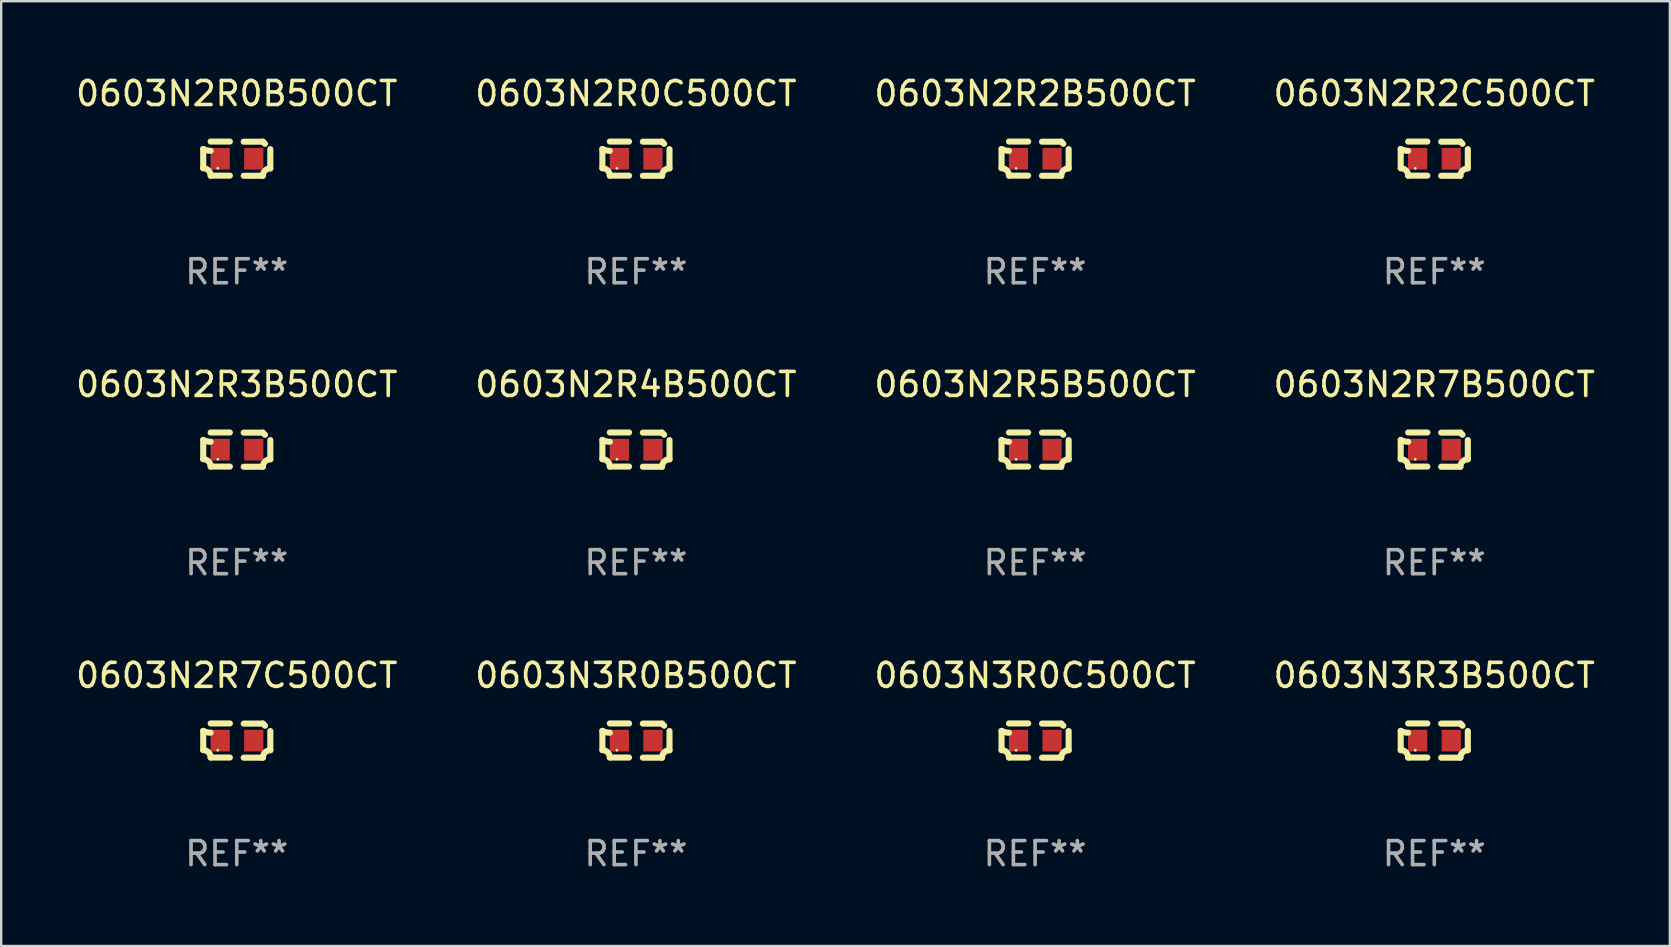
<source format=kicad_pcb>
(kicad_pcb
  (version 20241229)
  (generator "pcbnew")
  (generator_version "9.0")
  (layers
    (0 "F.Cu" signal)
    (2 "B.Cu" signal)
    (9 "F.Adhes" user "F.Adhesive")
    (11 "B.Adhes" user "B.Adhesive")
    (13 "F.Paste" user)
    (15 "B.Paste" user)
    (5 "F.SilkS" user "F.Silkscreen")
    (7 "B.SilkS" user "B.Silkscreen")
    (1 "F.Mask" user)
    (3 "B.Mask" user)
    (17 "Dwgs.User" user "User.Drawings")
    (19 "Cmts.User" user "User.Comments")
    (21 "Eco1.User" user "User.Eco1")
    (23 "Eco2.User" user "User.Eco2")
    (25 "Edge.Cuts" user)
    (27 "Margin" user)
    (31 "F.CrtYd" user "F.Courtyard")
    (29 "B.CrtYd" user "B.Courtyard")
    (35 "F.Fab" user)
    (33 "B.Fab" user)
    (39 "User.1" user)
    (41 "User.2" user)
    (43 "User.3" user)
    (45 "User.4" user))
  (footprint "0603N3R0C500CT"
    (layer "F.Cu")
    (at 40.077 27.805)
    (property "Reference" "0603N3R0C500CT" (at 0 -2.713 0) (layer "F.SilkS") (effects (font (size 1 1) (thickness 0.15))))
    (attr through_hole)
    (fp_line (start -1.398 -0.403) (end -1.398 0.397) (stroke (width 0.254) (type solid)) (layer "F.SilkS"))
    (fp_line (start -0.288 -0.713) (end -1.088 -0.713) (stroke (width 0.254) (type solid)) (layer "F.SilkS"))
    (fp_line (start -0.288 0.707) (end -1.088 0.707) (stroke (width 0.254) (type solid)) (layer "F.SilkS"))
    (fp_line (start 0.288 -0.707) (end 1.088 -0.707) (stroke (width 0.254) (type solid)) (layer "F.SilkS"))
    (fp_line (start 0.288 0.713) (end 1.088 0.713) (stroke (width 0.254) (type solid)) (layer "F.SilkS"))
    (fp_line (start 1.398 -0.397) (end 1.398 0.403) (stroke (width 0.254) (type solid)) (layer "F.SilkS"))
    (fp_arc (start -1.397789 0.397066) (mid -1.178701 0.487826) (end -1.08796 0.706922) (stroke (width 0.254001) (type solid)) (layer "F.SilkS"))
    (fp_arc (start -1.08796 -0.327176) (mid -1.247436 -0.346384) (end -1.39779 -0.402908) (stroke (width 0.254001) (type solid)) (layer "F.SilkS"))
    (fp_arc (start 1.087909 0.712738) (mid 1.178656 0.493655) (end 1.397739 0.402908) (stroke (width 0.254001) (type solid)) (layer "F.SilkS"))
    (fp_arc (start 1.175925 -0.618926) (mid 1.131917 -0.662923) (end 1.08791 -0.706922) (stroke (width 0.254001) (type solid)) (layer "F.SilkS"))
    (fp_circle (center -0.792 0.403) (end -0.762 0.403) (stroke (width 0.06) (type solid)) (fill no) (layer "F.SilkS"))
    (fp_text user "REF**" (at 0 4.713 0) (layer "F.Fab") (effects (font (size 1 1) (thickness 0.15))))
    (pad "1" smd rect (at -0.692 0.003) (size 0.8 0.9) (layers "F.Cu" "F.Mask" "F.Paste"))
    (pad "2" smd rect (at 0.708 0.003) (size 0.8 0.9) (layers "F.Cu" "F.Mask" "F.Paste")))
  (footprint "0603N2R4B500CT"
    (layer "F.Cu")
    (at 23.446 15.683)
    (property "Reference" "0603N2R4B500CT" (at 0 -2.713 0) (layer "F.SilkS") (effects (font (size 1 1) (thickness 0.15))))
    (attr through_hole)
    (fp_line (start -1.398 -0.403) (end -1.398 0.397) (stroke (width 0.254) (type solid)) (layer "F.SilkS"))
    (fp_line (start -0.288 -0.713) (end -1.088 -0.713) (stroke (width 0.254) (type solid)) (layer "F.SilkS"))
    (fp_line (start -0.288 0.707) (end -1.088 0.707) (stroke (width 0.254) (type solid)) (layer "F.SilkS"))
    (fp_line (start 0.288 -0.707) (end 1.088 -0.707) (stroke (width 0.254) (type solid)) (layer "F.SilkS"))
    (fp_line (start 0.288 0.713) (end 1.088 0.713) (stroke (width 0.254) (type solid)) (layer "F.SilkS"))
    (fp_line (start 1.398 -0.397) (end 1.398 0.403) (stroke (width 0.254) (type solid)) (layer "F.SilkS"))
    (fp_arc (start -1.397789 0.397066) (mid -1.178701 0.487826) (end -1.08796 0.706922) (stroke (width 0.254001) (type solid)) (layer "F.SilkS"))
    (fp_arc (start -1.08796 -0.327176) (mid -1.247436 -0.346384) (end -1.39779 -0.402908) (stroke (width 0.254001) (type solid)) (layer "F.SilkS"))
    (fp_arc (start 1.087909 0.712738) (mid 1.178656 0.493655) (end 1.397739 0.402908) (stroke (width 0.254001) (type solid)) (layer "F.SilkS"))
    (fp_arc (start 1.175925 -0.618926) (mid 1.131917 -0.662923) (end 1.08791 -0.706922) (stroke (width 0.254001) (type solid)) (layer "F.SilkS"))
    (fp_circle (center -0.792 0.403) (end -0.762 0.403) (stroke (width 0.06) (type solid)) (fill no) (layer "F.SilkS"))
    (fp_text user "REF**" (at 0 4.713 0) (layer "F.Fab") (effects (font (size 1 1) (thickness 0.15))))
    (pad "1" smd rect (at -0.692 0.003) (size 0.8 0.9) (layers "F.Cu" "F.Mask" "F.Paste"))
    (pad "2" smd rect (at 0.708 0.003) (size 0.8 0.9) (layers "F.Cu" "F.Mask" "F.Paste")))
  (footprint "0603N3R3B500CT"
    (layer "F.Cu")
    (at 56.708 27.805)
    (property "Reference" "0603N3R3B500CT" (at 0 -2.713 0) (layer "F.SilkS") (effects (font (size 1 1) (thickness 0.15))))
    (attr through_hole)
    (fp_line (start -1.398 -0.403) (end -1.398 0.397) (stroke (width 0.254) (type solid)) (layer "F.SilkS"))
    (fp_line (start -0.288 -0.713) (end -1.088 -0.713) (stroke (width 0.254) (type solid)) (layer "F.SilkS"))
    (fp_line (start -0.288 0.707) (end -1.088 0.707) (stroke (width 0.254) (type solid)) (layer "F.SilkS"))
    (fp_line (start 0.288 -0.707) (end 1.088 -0.707) (stroke (width 0.254) (type solid)) (layer "F.SilkS"))
    (fp_line (start 0.288 0.713) (end 1.088 0.713) (stroke (width 0.254) (type solid)) (layer "F.SilkS"))
    (fp_line (start 1.398 -0.397) (end 1.398 0.403) (stroke (width 0.254) (type solid)) (layer "F.SilkS"))
    (fp_arc (start -1.397789 0.397066) (mid -1.178701 0.487826) (end -1.08796 0.706922) (stroke (width 0.254001) (type solid)) (layer "F.SilkS"))
    (fp_arc (start -1.08796 -0.327176) (mid -1.247436 -0.346384) (end -1.39779 -0.402908) (stroke (width 0.254001) (type solid)) (layer "F.SilkS"))
    (fp_arc (start 1.087909 0.712738) (mid 1.178656 0.493655) (end 1.397739 0.402908) (stroke (width 0.254001) (type solid)) (layer "F.SilkS"))
    (fp_arc (start 1.175925 -0.618926) (mid 1.131917 -0.662923) (end 1.08791 -0.706922) (stroke (width 0.254001) (type solid)) (layer "F.SilkS"))
    (fp_circle (center -0.792 0.403) (end -0.762 0.403) (stroke (width 0.06) (type solid)) (fill no) (layer "F.SilkS"))
    (fp_text user "REF**" (at 0 4.713 0) (layer "F.Fab") (effects (font (size 1 1) (thickness 0.15))))
    (pad "1" smd rect (at -0.692 0.003) (size 0.8 0.9) (layers "F.Cu" "F.Mask" "F.Paste"))
    (pad "2" smd rect (at 0.708 0.003) (size 0.8 0.9) (layers "F.Cu" "F.Mask" "F.Paste")))
  (footprint "0603N2R7B500CT"
    (layer "F.Cu")
    (at 56.708 15.683)
    (property "Reference" "0603N2R7B500CT" (at 0 -2.713 0) (layer "F.SilkS") (effects (font (size 1 1) (thickness 0.15))))
    (attr through_hole)
    (fp_line (start -1.398 -0.403) (end -1.398 0.397) (stroke (width 0.254) (type solid)) (layer "F.SilkS"))
    (fp_line (start -0.288 -0.713) (end -1.088 -0.713) (stroke (width 0.254) (type solid)) (layer "F.SilkS"))
    (fp_line (start -0.288 0.707) (end -1.088 0.707) (stroke (width 0.254) (type solid)) (layer "F.SilkS"))
    (fp_line (start 0.288 -0.707) (end 1.088 -0.707) (stroke (width 0.254) (type solid)) (layer "F.SilkS"))
    (fp_line (start 0.288 0.713) (end 1.088 0.713) (stroke (width 0.254) (type solid)) (layer "F.SilkS"))
    (fp_line (start 1.398 -0.397) (end 1.398 0.403) (stroke (width 0.254) (type solid)) (layer "F.SilkS"))
    (fp_arc (start -1.397789 0.397066) (mid -1.178701 0.487826) (end -1.08796 0.706922) (stroke (width 0.254001) (type solid)) (layer "F.SilkS"))
    (fp_arc (start -1.08796 -0.327176) (mid -1.247436 -0.346384) (end -1.39779 -0.402908) (stroke (width 0.254001) (type solid)) (layer "F.SilkS"))
    (fp_arc (start 1.087909 0.712738) (mid 1.178656 0.493655) (end 1.397739 0.402908) (stroke (width 0.254001) (type solid)) (layer "F.SilkS"))
    (fp_arc (start 1.175925 -0.618926) (mid 1.131917 -0.662923) (end 1.08791 -0.706922) (stroke (width 0.254001) (type solid)) (layer "F.SilkS"))
    (fp_circle (center -0.792 0.403) (end -0.762 0.403) (stroke (width 0.06) (type solid)) (fill no) (layer "F.SilkS"))
    (fp_text user "REF**" (at 0 4.713 0) (layer "F.Fab") (effects (font (size 1 1) (thickness 0.15))))
    (pad "1" smd rect (at -0.692 0.003) (size 0.8 0.9) (layers "F.Cu" "F.Mask" "F.Paste"))
    (pad "2" smd rect (at 0.708 0.003) (size 0.8 0.9) (layers "F.Cu" "F.Mask" "F.Paste")))
  (footprint "0603N2R2B500CT"
    (layer "F.Cu")
    (at 40.077 3.561)
    (property "Reference" "0603N2R2B500CT" (at 0 -2.713 0) (layer "F.SilkS") (effects (font (size 1 1) (thickness 0.15))))
    (attr through_hole)
    (fp_line (start -1.398 -0.403) (end -1.398 0.397) (stroke (width 0.254) (type solid)) (layer "F.SilkS"))
    (fp_line (start -0.288 -0.713) (end -1.088 -0.713) (stroke (width 0.254) (type solid)) (layer "F.SilkS"))
    (fp_line (start -0.288 0.707) (end -1.088 0.707) (stroke (width 0.254) (type solid)) (layer "F.SilkS"))
    (fp_line (start 0.288 -0.707) (end 1.088 -0.707) (stroke (width 0.254) (type solid)) (layer "F.SilkS"))
    (fp_line (start 0.288 0.713) (end 1.088 0.713) (stroke (width 0.254) (type solid)) (layer "F.SilkS"))
    (fp_line (start 1.398 -0.397) (end 1.398 0.403) (stroke (width 0.254) (type solid)) (layer "F.SilkS"))
    (fp_arc (start -1.397789 0.397066) (mid -1.178701 0.487826) (end -1.08796 0.706922) (stroke (width 0.254001) (type solid)) (layer "F.SilkS"))
    (fp_arc (start -1.08796 -0.327176) (mid -1.247436 -0.346384) (end -1.39779 -0.402908) (stroke (width 0.254001) (type solid)) (layer "F.SilkS"))
    (fp_arc (start 1.087909 0.712738) (mid 1.178656 0.493655) (end 1.397739 0.402908) (stroke (width 0.254001) (type solid)) (layer "F.SilkS"))
    (fp_arc (start 1.175925 -0.618926) (mid 1.131917 -0.662923) (end 1.08791 -0.706922) (stroke (width 0.254001) (type solid)) (layer "F.SilkS"))
    (fp_circle (center -0.792 0.403) (end -0.762 0.403) (stroke (width 0.06) (type solid)) (fill no) (layer "F.SilkS"))
    (fp_text user "REF**" (at 0 4.713 0) (layer "F.Fab") (effects (font (size 1 1) (thickness 0.15))))
    (pad "1" smd rect (at -0.692 0.003) (size 0.8 0.9) (layers "F.Cu" "F.Mask" "F.Paste"))
    (pad "2" smd rect (at 0.708 0.003) (size 0.8 0.9) (layers "F.Cu" "F.Mask" "F.Paste")))
  (footprint "0603N2R7C500CT"
    (layer "F.Cu")
    (at 6.815 27.805)
    (property "Reference" "0603N2R7C500CT" (at 0 -2.713 0) (layer "F.SilkS") (effects (font (size 1 1) (thickness 0.15))))
    (attr through_hole)
    (fp_line (start -1.398 -0.403) (end -1.398 0.397) (stroke (width 0.254) (type solid)) (layer "F.SilkS"))
    (fp_line (start -0.288 -0.713) (end -1.088 -0.713) (stroke (width 0.254) (type solid)) (layer "F.SilkS"))
    (fp_line (start -0.288 0.707) (end -1.088 0.707) (stroke (width 0.254) (type solid)) (layer "F.SilkS"))
    (fp_line (start 0.288 -0.707) (end 1.088 -0.707) (stroke (width 0.254) (type solid)) (layer "F.SilkS"))
    (fp_line (start 0.288 0.713) (end 1.088 0.713) (stroke (width 0.254) (type solid)) (layer "F.SilkS"))
    (fp_line (start 1.398 -0.397) (end 1.398 0.403) (stroke (width 0.254) (type solid)) (layer "F.SilkS"))
    (fp_arc (start -1.397789 0.397066) (mid -1.178701 0.487826) (end -1.08796 0.706922) (stroke (width 0.254001) (type solid)) (layer "F.SilkS"))
    (fp_arc (start -1.08796 -0.327176) (mid -1.247436 -0.346384) (end -1.39779 -0.402908) (stroke (width 0.254001) (type solid)) (layer "F.SilkS"))
    (fp_arc (start 1.087909 0.712738) (mid 1.178656 0.493655) (end 1.397739 0.402908) (stroke (width 0.254001) (type solid)) (layer "F.SilkS"))
    (fp_arc (start 1.175925 -0.618926) (mid 1.131917 -0.662923) (end 1.08791 -0.706922) (stroke (width 0.254001) (type solid)) (layer "F.SilkS"))
    (fp_circle (center -0.792 0.403) (end -0.762 0.403) (stroke (width 0.06) (type solid)) (fill no) (layer "F.SilkS"))
    (fp_text user "REF**" (at 0 4.713 0) (layer "F.Fab") (effects (font (size 1 1) (thickness 0.15))))
    (pad "1" smd rect (at -0.692 0.003) (size 0.8 0.9) (layers "F.Cu" "F.Mask" "F.Paste"))
    (pad "2" smd rect (at 0.708 0.003) (size 0.8 0.9) (layers "F.Cu" "F.Mask" "F.Paste")))
  (footprint "0603N2R0C500CT"
    (layer "F.Cu")
    (at 23.446 3.561)
    (property "Reference" "0603N2R0C500CT" (at 0 -2.713 0) (layer "F.SilkS") (effects (font (size 1 1) (thickness 0.15))))
    (attr through_hole)
    (fp_line (start -1.398 -0.403) (end -1.398 0.397) (stroke (width 0.254) (type solid)) (layer "F.SilkS"))
    (fp_line (start -0.288 -0.713) (end -1.088 -0.713) (stroke (width 0.254) (type solid)) (layer "F.SilkS"))
    (fp_line (start -0.288 0.707) (end -1.088 0.707) (stroke (width 0.254) (type solid)) (layer "F.SilkS"))
    (fp_line (start 0.288 -0.707) (end 1.088 -0.707) (stroke (width 0.254) (type solid)) (layer "F.SilkS"))
    (fp_line (start 0.288 0.713) (end 1.088 0.713) (stroke (width 0.254) (type solid)) (layer "F.SilkS"))
    (fp_line (start 1.398 -0.397) (end 1.398 0.403) (stroke (width 0.254) (type solid)) (layer "F.SilkS"))
    (fp_arc (start -1.397789 0.397066) (mid -1.178701 0.487826) (end -1.08796 0.706922) (stroke (width 0.254001) (type solid)) (layer "F.SilkS"))
    (fp_arc (start -1.08796 -0.327176) (mid -1.247436 -0.346384) (end -1.39779 -0.402908) (stroke (width 0.254001) (type solid)) (layer "F.SilkS"))
    (fp_arc (start 1.087909 0.712738) (mid 1.178656 0.493655) (end 1.397739 0.402908) (stroke (width 0.254001) (type solid)) (layer "F.SilkS"))
    (fp_arc (start 1.175925 -0.618926) (mid 1.131917 -0.662923) (end 1.08791 -0.706922) (stroke (width 0.254001) (type solid)) (layer "F.SilkS"))
    (fp_circle (center -0.792 0.403) (end -0.762 0.403) (stroke (width 0.06) (type solid)) (fill no) (layer "F.SilkS"))
    (fp_text user "REF**" (at 0 4.713 0) (layer "F.Fab") (effects (font (size 1 1) (thickness 0.15))))
    (pad "1" smd rect (at -0.692 0.003) (size 0.8 0.9) (layers "F.Cu" "F.Mask" "F.Paste"))
    (pad "2" smd rect (at 0.708 0.003) (size 0.8 0.9) (layers "F.Cu" "F.Mask" "F.Paste")))
  (footprint "0603N2R0B500CT"
    (layer "F.Cu")
    (at 6.815 3.561)
    (property "Reference" "0603N2R0B500CT" (at 0 -2.713 0) (layer "F.SilkS") (effects (font (size 1 1) (thickness 0.15))))
    (attr through_hole)
    (fp_line (start -1.398 -0.403) (end -1.398 0.397) (stroke (width 0.254) (type solid)) (layer "F.SilkS"))
    (fp_line (start -0.288 -0.713) (end -1.088 -0.713) (stroke (width 0.254) (type solid)) (layer "F.SilkS"))
    (fp_line (start -0.288 0.707) (end -1.088 0.707) (stroke (width 0.254) (type solid)) (layer "F.SilkS"))
    (fp_line (start 0.288 -0.707) (end 1.088 -0.707) (stroke (width 0.254) (type solid)) (layer "F.SilkS"))
    (fp_line (start 0.288 0.713) (end 1.088 0.713) (stroke (width 0.254) (type solid)) (layer "F.SilkS"))
    (fp_line (start 1.398 -0.397) (end 1.398 0.403) (stroke (width 0.254) (type solid)) (layer "F.SilkS"))
    (fp_arc (start -1.397789 0.397066) (mid -1.178701 0.487826) (end -1.08796 0.706922) (stroke (width 0.254001) (type solid)) (layer "F.SilkS"))
    (fp_arc (start -1.08796 -0.327176) (mid -1.247436 -0.346384) (end -1.39779 -0.402908) (stroke (width 0.254001) (type solid)) (layer "F.SilkS"))
    (fp_arc (start 1.087909 0.712738) (mid 1.178656 0.493655) (end 1.397739 0.402908) (stroke (width 0.254001) (type solid)) (layer "F.SilkS"))
    (fp_arc (start 1.175925 -0.618926) (mid 1.131917 -0.662923) (end 1.08791 -0.706922) (stroke (width 0.254001) (type solid)) (layer "F.SilkS"))
    (fp_circle (center -0.792 0.403) (end -0.762 0.403) (stroke (width 0.06) (type solid)) (fill no) (layer "F.SilkS"))
    (fp_text user "REF**" (at 0 4.713 0) (layer "F.Fab") (effects (font (size 1 1) (thickness 0.15))))
    (pad "1" smd rect (at -0.692 0.003) (size 0.8 0.9) (layers "F.Cu" "F.Mask" "F.Paste"))
    (pad "2" smd rect (at 0.708 0.003) (size 0.8 0.9) (layers "F.Cu" "F.Mask" "F.Paste")))
  (footprint "0603N2R5B500CT"
    (layer "F.Cu")
    (at 40.077 15.683)
    (property "Reference" "0603N2R5B500CT" (at 0 -2.713 0) (layer "F.SilkS") (effects (font (size 1 1) (thickness 0.15))))
    (attr through_hole)
    (fp_line (start -1.398 -0.403) (end -1.398 0.397) (stroke (width 0.254) (type solid)) (layer "F.SilkS"))
    (fp_line (start -0.288 -0.713) (end -1.088 -0.713) (stroke (width 0.254) (type solid)) (layer "F.SilkS"))
    (fp_line (start -0.288 0.707) (end -1.088 0.707) (stroke (width 0.254) (type solid)) (layer "F.SilkS"))
    (fp_line (start 0.288 -0.707) (end 1.088 -0.707) (stroke (width 0.254) (type solid)) (layer "F.SilkS"))
    (fp_line (start 0.288 0.713) (end 1.088 0.713) (stroke (width 0.254) (type solid)) (layer "F.SilkS"))
    (fp_line (start 1.398 -0.397) (end 1.398 0.403) (stroke (width 0.254) (type solid)) (layer "F.SilkS"))
    (fp_arc (start -1.397789 0.397066) (mid -1.178701 0.487826) (end -1.08796 0.706922) (stroke (width 0.254001) (type solid)) (layer "F.SilkS"))
    (fp_arc (start -1.08796 -0.327176) (mid -1.247436 -0.346384) (end -1.39779 -0.402908) (stroke (width 0.254001) (type solid)) (layer "F.SilkS"))
    (fp_arc (start 1.087909 0.712738) (mid 1.178656 0.493655) (end 1.397739 0.402908) (stroke (width 0.254001) (type solid)) (layer "F.SilkS"))
    (fp_arc (start 1.175925 -0.618926) (mid 1.131917 -0.662923) (end 1.08791 -0.706922) (stroke (width 0.254001) (type solid)) (layer "F.SilkS"))
    (fp_circle (center -0.792 0.403) (end -0.762 0.403) (stroke (width 0.06) (type solid)) (fill no) (layer "F.SilkS"))
    (fp_text user "REF**" (at 0 4.713 0) (layer "F.Fab") (effects (font (size 1 1) (thickness 0.15))))
    (pad "1" smd rect (at -0.692 0.003) (size 0.8 0.9) (layers "F.Cu" "F.Mask" "F.Paste"))
    (pad "2" smd rect (at 0.708 0.003) (size 0.8 0.9) (layers "F.Cu" "F.Mask" "F.Paste")))
  (footprint "0603N2R3B500CT"
    (layer "F.Cu")
    (at 6.815 15.683)
    (property "Reference" "0603N2R3B500CT" (at 0 -2.713 0) (layer "F.SilkS") (effects (font (size 1 1) (thickness 0.15))))
    (attr through_hole)
    (fp_line (start -1.398 -0.403) (end -1.398 0.397) (stroke (width 0.254) (type solid)) (layer "F.SilkS"))
    (fp_line (start -0.288 -0.713) (end -1.088 -0.713) (stroke (width 0.254) (type solid)) (layer "F.SilkS"))
    (fp_line (start -0.288 0.707) (end -1.088 0.707) (stroke (width 0.254) (type solid)) (layer "F.SilkS"))
    (fp_line (start 0.288 -0.707) (end 1.088 -0.707) (stroke (width 0.254) (type solid)) (layer "F.SilkS"))
    (fp_line (start 0.288 0.713) (end 1.088 0.713) (stroke (width 0.254) (type solid)) (layer "F.SilkS"))
    (fp_line (start 1.398 -0.397) (end 1.398 0.403) (stroke (width 0.254) (type solid)) (layer "F.SilkS"))
    (fp_arc (start -1.397789 0.397066) (mid -1.178701 0.487826) (end -1.08796 0.706922) (stroke (width 0.254001) (type solid)) (layer "F.SilkS"))
    (fp_arc (start -1.08796 -0.327176) (mid -1.247436 -0.346384) (end -1.39779 -0.402908) (stroke (width 0.254001) (type solid)) (layer "F.SilkS"))
    (fp_arc (start 1.087909 0.712738) (mid 1.178656 0.493655) (end 1.397739 0.402908) (stroke (width 0.254001) (type solid)) (layer "F.SilkS"))
    (fp_arc (start 1.175925 -0.618926) (mid 1.131917 -0.662923) (end 1.08791 -0.706922) (stroke (width 0.254001) (type solid)) (layer "F.SilkS"))
    (fp_circle (center -0.792 0.403) (end -0.762 0.403) (stroke (width 0.06) (type solid)) (fill no) (layer "F.SilkS"))
    (fp_text user "REF**" (at 0 4.713 0) (layer "F.Fab") (effects (font (size 1 1) (thickness 0.15))))
    (pad "1" smd rect (at -0.692 0.003) (size 0.8 0.9) (layers "F.Cu" "F.Mask" "F.Paste"))
    (pad "2" smd rect (at 0.708 0.003) (size 0.8 0.9) (layers "F.Cu" "F.Mask" "F.Paste")))
  (footprint "0603N2R2C500CT"
    (layer "F.Cu")
    (at 56.708 3.561)
    (property "Reference" "0603N2R2C500CT" (at 0 -2.713 0) (layer "F.SilkS") (effects (font (size 1 1) (thickness 0.15))))
    (attr through_hole)
    (fp_line (start -1.398 -0.403) (end -1.398 0.397) (stroke (width 0.254) (type solid)) (layer "F.SilkS"))
    (fp_line (start -0.288 -0.713) (end -1.088 -0.713) (stroke (width 0.254) (type solid)) (layer "F.SilkS"))
    (fp_line (start -0.288 0.707) (end -1.088 0.707) (stroke (width 0.254) (type solid)) (layer "F.SilkS"))
    (fp_line (start 0.288 -0.707) (end 1.088 -0.707) (stroke (width 0.254) (type solid)) (layer "F.SilkS"))
    (fp_line (start 0.288 0.713) (end 1.088 0.713) (stroke (width 0.254) (type solid)) (layer "F.SilkS"))
    (fp_line (start 1.398 -0.397) (end 1.398 0.403) (stroke (width 0.254) (type solid)) (layer "F.SilkS"))
    (fp_arc (start -1.397789 0.397066) (mid -1.178701 0.487826) (end -1.08796 0.706922) (stroke (width 0.254001) (type solid)) (layer "F.SilkS"))
    (fp_arc (start -1.08796 -0.327176) (mid -1.247436 -0.346384) (end -1.39779 -0.402908) (stroke (width 0.254001) (type solid)) (layer "F.SilkS"))
    (fp_arc (start 1.087909 0.712738) (mid 1.178656 0.493655) (end 1.397739 0.402908) (stroke (width 0.254001) (type solid)) (layer "F.SilkS"))
    (fp_arc (start 1.175925 -0.618926) (mid 1.131917 -0.662923) (end 1.08791 -0.706922) (stroke (width 0.254001) (type solid)) (layer "F.SilkS"))
    (fp_circle (center -0.792 0.403) (end -0.762 0.403) (stroke (width 0.06) (type solid)) (fill no) (layer "F.SilkS"))
    (fp_text user "REF**" (at 0 4.713 0) (layer "F.Fab") (effects (font (size 1 1) (thickness 0.15))))
    (pad "1" smd rect (at -0.692 0.003) (size 0.8 0.9) (layers "F.Cu" "F.Mask" "F.Paste"))
    (pad "2" smd rect (at 0.708 0.003) (size 0.8 0.9) (layers "F.Cu" "F.Mask" "F.Paste")))
  (footprint "0603N3R0B500CT"
    (layer "F.Cu")
    (at 23.446 27.805)
    (property "Reference" "0603N3R0B500CT" (at 0 -2.713 0) (layer "F.SilkS") (effects (font (size 1 1) (thickness 0.15))))
    (attr through_hole)
    (fp_line (start -1.398 -0.403) (end -1.398 0.397) (stroke (width 0.254) (type solid)) (layer "F.SilkS"))
    (fp_line (start -0.288 -0.713) (end -1.088 -0.713) (stroke (width 0.254) (type solid)) (layer "F.SilkS"))
    (fp_line (start -0.288 0.707) (end -1.088 0.707) (stroke (width 0.254) (type solid)) (layer "F.SilkS"))
    (fp_line (start 0.288 -0.707) (end 1.088 -0.707) (stroke (width 0.254) (type solid)) (layer "F.SilkS"))
    (fp_line (start 0.288 0.713) (end 1.088 0.713) (stroke (width 0.254) (type solid)) (layer "F.SilkS"))
    (fp_line (start 1.398 -0.397) (end 1.398 0.403) (stroke (width 0.254) (type solid)) (layer "F.SilkS"))
    (fp_arc (start -1.397789 0.397066) (mid -1.178701 0.487826) (end -1.08796 0.706922) (stroke (width 0.254001) (type solid)) (layer "F.SilkS"))
    (fp_arc (start -1.08796 -0.327176) (mid -1.247436 -0.346384) (end -1.39779 -0.402908) (stroke (width 0.254001) (type solid)) (layer "F.SilkS"))
    (fp_arc (start 1.087909 0.712738) (mid 1.178656 0.493655) (end 1.397739 0.402908) (stroke (width 0.254001) (type solid)) (layer "F.SilkS"))
    (fp_arc (start 1.175925 -0.618926) (mid 1.131917 -0.662923) (end 1.08791 -0.706922) (stroke (width 0.254001) (type solid)) (layer "F.SilkS"))
    (fp_circle (center -0.792 0.403) (end -0.762 0.403) (stroke (width 0.06) (type solid)) (fill no) (layer "F.SilkS"))
    (fp_text user "REF**" (at 0 4.713 0) (layer "F.Fab") (effects (font (size 1 1) (thickness 0.15))))
    (pad "1" smd rect (at -0.692 0.003) (size 0.8 0.9) (layers "F.Cu" "F.Mask" "F.Paste"))
    (pad "2" smd rect (at 0.708 0.003) (size 0.8 0.9) (layers "F.Cu" "F.Mask" "F.Paste")))
  (gr_rect
    (start -3 -3)
    (end 66.524 36.366)
    (stroke (width 0.1) (type default))
    (fill no)
    (layer "Edge.Cuts")))
</source>
